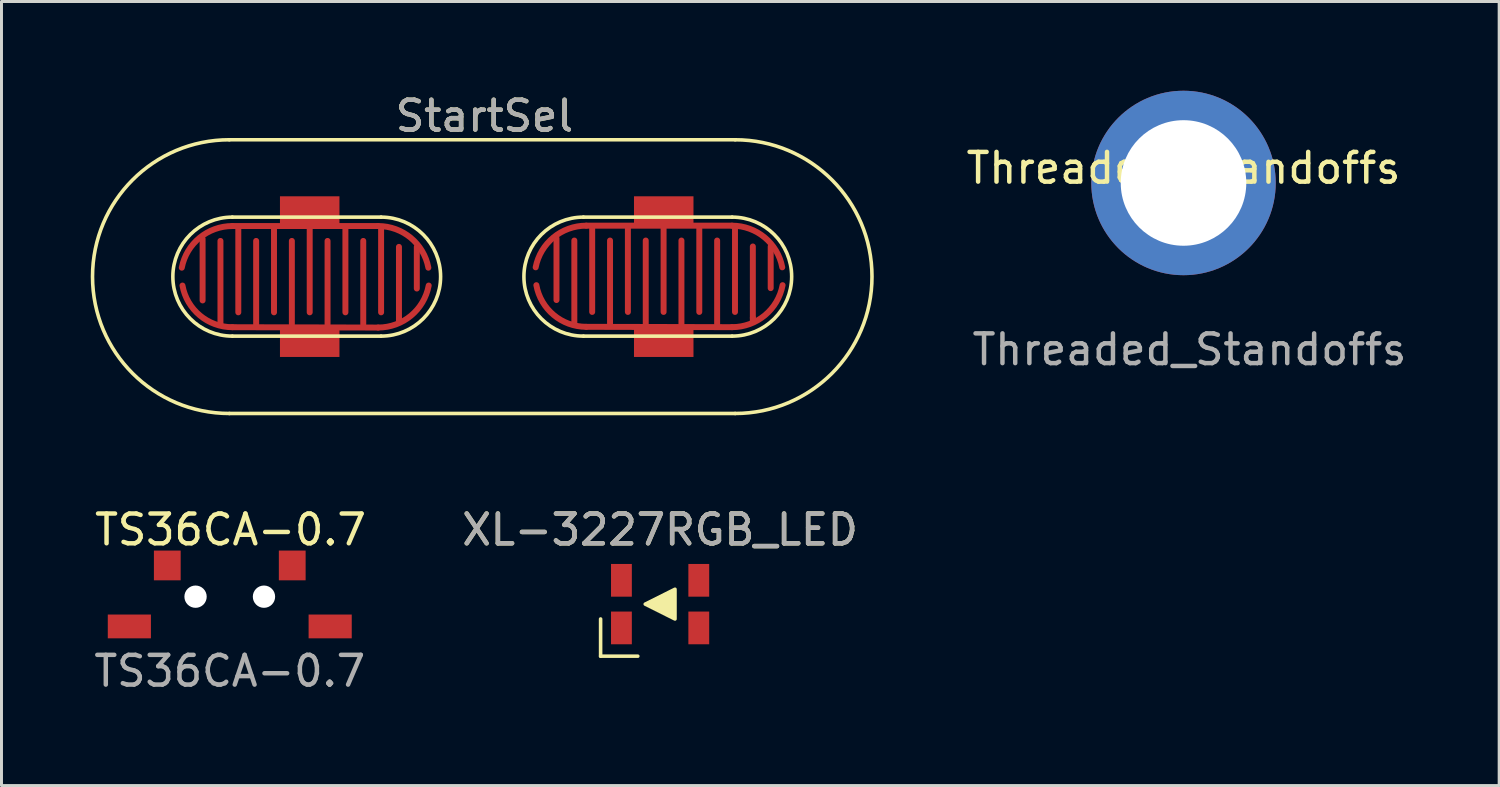
<source format=kicad_pcb>
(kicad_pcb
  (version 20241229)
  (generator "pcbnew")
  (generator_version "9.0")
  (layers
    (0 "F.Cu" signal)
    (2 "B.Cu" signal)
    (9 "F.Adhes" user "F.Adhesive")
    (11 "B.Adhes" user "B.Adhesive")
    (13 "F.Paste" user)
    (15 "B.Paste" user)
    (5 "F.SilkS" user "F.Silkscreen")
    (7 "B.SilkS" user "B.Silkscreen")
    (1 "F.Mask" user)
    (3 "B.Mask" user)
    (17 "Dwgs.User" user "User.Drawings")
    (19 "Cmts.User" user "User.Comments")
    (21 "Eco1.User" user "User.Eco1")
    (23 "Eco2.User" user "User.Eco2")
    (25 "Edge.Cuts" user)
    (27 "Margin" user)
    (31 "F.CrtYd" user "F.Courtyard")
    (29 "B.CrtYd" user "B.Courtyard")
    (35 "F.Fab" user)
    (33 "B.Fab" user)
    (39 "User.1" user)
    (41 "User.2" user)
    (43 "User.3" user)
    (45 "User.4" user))
  (footprint "XL-3227RGB_LED"
    (layer "F.Cu")
    (at 19.138 17.256)
    (property "Reference" "XL-3227RGB_LED" (at 0 -2.5 0) (unlocked yes) (layer "F.SilkS") (effects (font (size 1 1) (thickness 0.15))))
    (attr smd)
    (fp_line (start -2 1.75) (end -2 0.5) (stroke (width 0.12) (type solid)) (layer "F.SilkS"))
    (fp_line (start -0.75 1.75) (end -2 1.75) (stroke (width 0.12) (type solid)) (layer "F.SilkS"))
    (fp_poly (pts (xy 0.5 0.5) (xy -0.5 0) (xy 0.5 -0.5)) (stroke (width 0.12) (type solid)) (fill yes) (layer "F.SilkS"))
    (fp_text user "${REFERENCE}" (at 0 -2.5 0) (unlocked yes) (layer "F.Fab") (effects (font (size 1 1) (thickness 0.15))))
    (pad "1" smd rect (at -1.3 -0.8) (size 0.7 1.1) (layers "F.Cu" "F.Mask" "F.Paste"))
    (pad "2" smd rect (at 1.3 -0.8) (size 0.7 1.1) (layers "F.Cu" "F.Mask" "F.Paste"))
    (pad "3" smd rect (at -1.3 0.8) (size 0.7 1.1) (layers "F.Cu" "F.Mask" "F.Paste"))
    (pad "4" smd rect (at 1.3 0.8) (size 0.7 1.1) (layers "F.Cu" "F.Mask" "F.Paste")))
  (footprint "StartSel"
    (layer "F.Cu")
    (at 13.16 6.248)
    (property "Reference" "StartSel" (at 0.075 -5.4 0) (unlocked yes) (layer "F.SilkS") (effects (font (size 1 1) (thickness 0.15))))
    (attr smd)
    (fp_line (start -9.4 0.8) (end -9.4 -1.271) (stroke (width 0.2) (type solid)) (layer "F.Cu"))
    (fp_line (start -8.8 -1.2) (end -8.8 1.6) (stroke (width 0.2) (type solid)) (layer "F.Cu"))
    (fp_line (start -8.4 1.7) (end -3.5 1.712) (stroke (width 0.2) (type solid)) (layer "F.Cu"))
    (fp_line (start -8.2 1.2) (end -8.2 -1.6) (stroke (width 0.2) (type solid)) (layer "F.Cu"))
    (fp_line (start -7.6 -1.2) (end -7.6 1.6) (stroke (width 0.2) (type solid)) (layer "F.Cu"))
    (fp_line (start -7 1.2) (end -7 -1.6) (stroke (width 0.2) (type solid)) (layer "F.Cu"))
    (fp_line (start -6.4 1.6) (end -6.4 -1.2) (stroke (width 0.2) (type solid)) (layer "F.Cu"))
    (fp_line (start -5.8 -1.7) (end -5.8 1.2) (stroke (width 0.2) (type solid)) (layer "F.Cu"))
    (fp_line (start -5.2 1.6) (end -5.2 -1.2) (stroke (width 0.2) (type solid)) (layer "F.Cu"))
    (fp_line (start -4.6 -1.6) (end -4.6 1.2) (stroke (width 0.2) (type solid)) (layer "F.Cu"))
    (fp_line (start -4 1.6) (end -4 -1.2) (stroke (width 0.2) (type solid)) (layer "F.Cu"))
    (fp_line (start -3.5 -1.7) (end -8.4 -1.7) (stroke (width 0.2) (type solid)) (layer "F.Cu"))
    (fp_line (start -3.4 1.2) (end -3.4 -1.6) (stroke (width 0.2) (type solid)) (layer "F.Cu"))
    (fp_line (start -2.8 1.4) (end -2.8 -1) (stroke (width 0.2) (type solid)) (layer "F.Cu"))
    (fp_line (start -2.8 1.4) (end -2.8 1.5) (stroke (width 0.2) (type solid)) (layer "F.Cu"))
    (fp_line (start -2.2 0.4) (end -2.2 -1) (stroke (width 0.2) (type solid)) (layer "F.Cu"))
    (fp_line (start 2.495 0.787) (end 2.495 -1.284) (stroke (width 0.2) (type solid)) (layer "F.Cu"))
    (fp_line (start 3.095 -1.213) (end 3.095 1.587) (stroke (width 0.2) (type solid)) (layer "F.Cu"))
    (fp_line (start 3.495 1.687) (end 8.395 1.699) (stroke (width 0.2) (type solid)) (layer "F.Cu"))
    (fp_line (start 3.695 1.187) (end 3.695 -1.613) (stroke (width 0.2) (type solid)) (layer "F.Cu"))
    (fp_line (start 4.295 -1.213) (end 4.295 1.587) (stroke (width 0.2) (type solid)) (layer "F.Cu"))
    (fp_line (start 4.895 1.187) (end 4.895 -1.613) (stroke (width 0.2) (type solid)) (layer "F.Cu"))
    (fp_line (start 5.495 1.587) (end 5.495 -1.213) (stroke (width 0.2) (type solid)) (layer "F.Cu"))
    (fp_line (start 6.095 -1.713) (end 6.095 1.187) (stroke (width 0.2) (type solid)) (layer "F.Cu"))
    (fp_line (start 6.695 1.587) (end 6.695 -1.213) (stroke (width 0.2) (type solid)) (layer "F.Cu"))
    (fp_line (start 7.295 -1.613) (end 7.295 1.187) (stroke (width 0.2) (type solid)) (layer "F.Cu"))
    (fp_line (start 7.895 1.587) (end 7.895 -1.213) (stroke (width 0.2) (type solid)) (layer "F.Cu"))
    (fp_line (start 8.395 -1.713) (end 3.495 -1.713) (stroke (width 0.2) (type solid)) (layer "F.Cu"))
    (fp_line (start 8.495 1.187) (end 8.495 -1.613) (stroke (width 0.2) (type solid)) (layer "F.Cu"))
    (fp_line (start 9.095 1.387) (end 9.095 -1.013) (stroke (width 0.2) (type solid)) (layer "F.Cu"))
    (fp_line (start 9.095 1.387) (end 9.095 1.487) (stroke (width 0.2) (type solid)) (layer "F.Cu"))
    (fp_line (start 9.695 0.387) (end 9.695 -1.013) (stroke (width 0.2) (type solid)) (layer "F.Cu"))
    (fp_arc (start -10.1 -0.3) (mid -9.501136 -1.304951) (end -8.4 -1.7) (stroke (width 0.2) (type solid)) (layer "F.Cu"))
    (fp_arc (start -8.4 1.7) (mid -9.492126 1.303979) (end -10.07659 0.3) (stroke (width 0.2) (type solid)) (layer "F.Cu"))
    (fp_arc (start -3.5 -1.7) (mid -2.403352 -1.304471) (end -1.811644 -0.3) (stroke (width 0.2) (type solid)) (layer "F.Cu"))
    (fp_arc (start -1.8 0.3) (mid -2.395128 1.312779) (end -3.5 1.711724) (stroke (width 0.2) (type solid)) (layer "F.Cu"))
    (fp_arc (start 1.795128 -0.312779) (mid 2.393992 -1.31773) (end 3.495128 -1.712779) (stroke (width 0.2) (type solid)) (layer "F.Cu"))
    (fp_arc (start 3.495128 1.687221) (mid 2.403002 1.2912) (end 1.818538 0.287221) (stroke (width 0.2) (type solid)) (layer "F.Cu"))
    (fp_arc (start 8.395128 -1.712779) (mid 9.491776 -1.31725) (end 10.083484 -0.312779) (stroke (width 0.2) (type solid)) (layer "F.Cu"))
    (fp_arc (start 10.095128 0.287221) (mid 9.5 1.3) (end 8.395128 1.698945) (stroke (width 0.2) (type solid)) (layer "F.Cu"))
    (fp_line (start -9.4 0.8) (end -9.4 -1.4) (stroke (width 0.2) (type solid)) (layer "F.Mask"))
    (fp_line (start -8.8 -1.2) (end -8.8 1.6) (stroke (width 0.2) (type solid)) (layer "F.Mask"))
    (fp_line (start -8.4 1.7) (end -3.5 1.712) (stroke (width 0.2) (type solid)) (layer "F.Mask"))
    (fp_line (start -8.2 1.2) (end -8.2 -1.6) (stroke (width 0.2) (type solid)) (layer "F.Mask"))
    (fp_line (start -7.6 -1.2) (end -7.6 1.7) (stroke (width 0.2) (type solid)) (layer "F.Mask"))
    (fp_line (start -7 1.2) (end -7 -1.6) (stroke (width 0.2) (type solid)) (layer "F.Mask"))
    (fp_line (start -6.4 -1.2) (end -6.4 1.6) (stroke (width 0.2) (type solid)) (layer "F.Mask"))
    (fp_line (start -5.8 1.2) (end -5.8 -1.6) (stroke (width 0.2) (type solid)) (layer "F.Mask"))
    (fp_line (start -5.2 -1.2) (end -5.2 1.6) (stroke (width 0.2) (type solid)) (layer "F.Mask"))
    (fp_line (start -4.6 1.2) (end -4.6 -1.6) (stroke (width 0.2) (type solid)) (layer "F.Mask"))
    (fp_line (start -4 -1.2) (end -4 1.6) (stroke (width 0.2) (type solid)) (layer "F.Mask"))
    (fp_line (start -3.5 -1.7) (end -8.4 -1.7) (stroke (width 0.2) (type solid)) (layer "F.Mask"))
    (fp_line (start -3.4 1.2) (end -3.4 -1.6) (stroke (width 0.2) (type solid)) (layer "F.Mask"))
    (fp_line (start -2.8 -1) (end -2.8 1.5) (stroke (width 0.2) (type solid)) (layer "F.Mask"))
    (fp_line (start -2.2 0.4) (end -2.2 -1) (stroke (width 0.2) (type solid)) (layer "F.Mask"))
    (fp_line (start 2.495 0.787) (end 2.495 -1.413) (stroke (width 0.2) (type solid)) (layer "F.Mask"))
    (fp_line (start 3.095 -1.213) (end 3.095 1.587) (stroke (width 0.2) (type solid)) (layer "F.Mask"))
    (fp_line (start 3.495 1.687) (end 8.395 1.699) (stroke (width 0.2) (type solid)) (layer "F.Mask"))
    (fp_line (start 3.695 1.187) (end 3.695 -1.613) (stroke (width 0.2) (type solid)) (layer "F.Mask"))
    (fp_line (start 4.295 -1.213) (end 4.295 1.687) (stroke (width 0.2) (type solid)) (layer "F.Mask"))
    (fp_line (start 4.895 1.187) (end 4.895 -1.613) (stroke (width 0.2) (type solid)) (layer "F.Mask"))
    (fp_line (start 5.495 -1.213) (end 5.495 1.587) (stroke (width 0.2) (type solid)) (layer "F.Mask"))
    (fp_line (start 6.095 1.187) (end 6.095 -1.613) (stroke (width 0.2) (type solid)) (layer "F.Mask"))
    (fp_line (start 6.695 -1.213) (end 6.695 1.587) (stroke (width 0.2) (type solid)) (layer "F.Mask"))
    (fp_line (start 7.295 1.187) (end 7.295 -1.613) (stroke (width 0.2) (type solid)) (layer "F.Mask"))
    (fp_line (start 7.895 -1.213) (end 7.895 1.587) (stroke (width 0.2) (type solid)) (layer "F.Mask"))
    (fp_line (start 8.395 -1.713) (end 3.495 -1.713) (stroke (width 0.2) (type solid)) (layer "F.Mask"))
    (fp_line (start 8.495 1.187) (end 8.495 -1.613) (stroke (width 0.2) (type solid)) (layer "F.Mask"))
    (fp_line (start 9.095 -1.013) (end 9.095 1.487) (stroke (width 0.2) (type solid)) (layer "F.Mask"))
    (fp_line (start 9.695 0.387) (end 9.695 -1.013) (stroke (width 0.2) (type solid)) (layer "F.Mask"))
    (fp_arc (start -10.1 -0.3) (mid -9.501136 -1.304951) (end -8.4 -1.7) (stroke (width 0.2) (type solid)) (layer "F.Mask"))
    (fp_arc (start -8.4 1.7) (mid -9.492126 1.303979) (end -10.07659 0.3) (stroke (width 0.2) (type solid)) (layer "F.Mask"))
    (fp_arc (start -3.5 -1.7) (mid -2.403352 -1.304471) (end -1.811644 -0.3) (stroke (width 0.2) (type solid)) (layer "F.Mask"))
    (fp_arc (start -1.8 0.3) (mid -2.395128 1.312779) (end -3.5 1.711724) (stroke (width 0.2) (type solid)) (layer "F.Mask"))
    (fp_arc (start 1.795128 -0.312779) (mid 2.393992 -1.31773) (end 3.495128 -1.712779) (stroke (width 0.2) (type solid)) (layer "F.Mask"))
    (fp_arc (start 3.495128 1.687221) (mid 2.403002 1.2912) (end 1.818538 0.287221) (stroke (width 0.2) (type solid)) (layer "F.Mask"))
    (fp_arc (start 8.395128 -1.712779) (mid 9.491776 -1.31725) (end 10.083484 -0.312779) (stroke (width 0.2) (type solid)) (layer "F.Mask"))
    (fp_arc (start 10.095128 0.287221) (mid 9.5 1.3) (end 8.395128 1.698945) (stroke (width 0.2) (type solid)) (layer "F.Mask"))
    (fp_line (start -8.5 4.6) (end 8.5 4.6) (stroke (width 0.12) (type solid)) (layer "F.SilkS"))
    (fp_line (start -8.4 -2) (end -3.4 -2) (stroke (width 0.12) (type solid)) (layer "F.SilkS"))
    (fp_line (start -3.4 2) (end -8.4 2) (stroke (width 0.12) (type solid)) (layer "F.SilkS"))
    (fp_line (start 3.4 -2) (end 8.4 -2) (stroke (width 0.12) (type solid)) (layer "F.SilkS"))
    (fp_line (start 8.4 2) (end 3.4 2) (stroke (width 0.12) (type solid)) (layer "F.SilkS"))
    (fp_line (start 8.5 -4.6) (end -8.5 -4.6) (stroke (width 0.12) (type solid)) (layer "F.SilkS"))
    (fp_arc (start -8.5 4.6) (mid -13.1 0) (end -8.5 -4.6) (stroke (width 0.12) (type solid)) (layer "F.SilkS"))
    (fp_arc (start -8.4 2) (mid -10.4 0) (end -8.4 -2) (stroke (width 0.12) (type solid)) (layer "F.SilkS"))
    (fp_arc (start -3.4 -2) (mid -1.4 0) (end -3.4 2) (stroke (width 0.12) (type solid)) (layer "F.SilkS"))
    (fp_arc (start 3.4 2) (mid 1.4 0) (end 3.4 -2) (stroke (width 0.12) (type solid)) (layer "F.SilkS"))
    (fp_arc (start 8.4 -2) (mid 10.4 0) (end 8.4 2) (stroke (width 0.12) (type solid)) (layer "F.SilkS"))
    (fp_arc (start 8.5 -4.6) (mid 13.1 0) (end 8.5 4.6) (stroke (width 0.12) (type solid)) (layer "F.SilkS"))
    (fp_text user "${REFERENCE}" (at 0.075 -5.4 0) (unlocked yes) (layer "F.Fab") (effects (font (size 1 1) (thickness 0.15))))
    (pad "1" smd rect (at -5.8 -2.2) (size 2 1) (layers "F.Cu" "F.Mask" "F.Paste"))
    (pad "2" smd rect (at -5.8 2.2) (size 2 1) (layers "F.Cu" "F.Mask" "F.Paste"))
    (pad "2" smd rect (at 6.1 2.2) (size 2 1) (layers "F.Cu" "F.Mask" "F.Paste"))
    (pad "3" smd rect (at 6.1 -2.2) (size 2 1) (layers "F.Cu" "F.Mask" "F.Paste")))
  (footprint "TS36CA-0.7"
    (layer "F.Cu")
    (at 4.673 17.006)
    (property "Reference" "TS36CA-0.7" (at 0.025 -2.25 0) (unlocked yes) (layer "F.SilkS") (effects (font (size 1 1) (thickness 0.15))))
    (attr smd)
    (fp_text user "${REFERENCE}" (at 0 2.5 0) (unlocked yes) (layer "F.Fab") (effects (font (size 1 1) (thickness 0.15))))
    (pad "" smd rect (at -3.375 1) (size 1.45 0.8) (layers "F.Cu" "F.Mask" "F.Paste"))
    (pad "" np_thru_hole circle (at -1.15 0) (size 0.75 0.75) (drill 0.75) (layers "*.Cu" "*.Mask"))
    (pad "" np_thru_hole circle (at 1.15 0) (size 0.75 0.75) (drill 0.75) (layers "*.Cu" "*.Mask"))
    (pad "" smd rect (at 3.375 1) (size 1.45 0.8) (layers "F.Cu" "F.Mask" "F.Paste"))
    (pad "1" smd rect (at -2.1 -1.05) (size 0.9 1) (layers "F.Cu" "F.Mask" "F.Paste"))
    (pad "2" smd rect (at 2.1 -1.05) (size 0.9 1) (layers "F.Cu" "F.Mask" "F.Paste")))
  (footprint "Threaded_Standoffs"
    (layer "F.Cu")
    (at 36.931 6.2)
    (property "Reference" "Threaded_Standoffs" (at -0.2 -3.6 0) (unlocked yes) (layer "F.SilkS") (effects (font (size 1 1) (thickness 0.15))))
    (attr smd)
    (fp_arc (start -2.783117 -3.1) (mid -2.243467 -4.680106) (end -0.849999 -5.6) (stroke (width 1) (type default)) (layer "F.Paste"))
    (fp_arc (start 0.500001 -5.599999) (mid 1.868491 -4.668867) (end 2.396151 -3.1) (stroke (width 1) (type default)) (layer "F.Paste"))
    (fp_arc (start 1.8 -1.5) (mid -0.199999 -0.538751) (end -2.199998 -1.5) (stroke (width 1) (type default)) (layer "F.Paste"))
    (fp_text user "${REFERENCE}" (at 0 2.5 0) (unlocked yes) (layer "F.Fab") (effects (font (size 1 1) (thickness 0.15))))
    (pad "1" thru_hole circle (at -0.2 -3.1) (size 6.2 6.2) (drill 4.22) (layers "*.Cu" "*.Mask")))
  (gr_rect
    (start -3 -3)
    (end 47.341 23.355)
    (stroke (width 0.1) (type default))
    (fill no)
    (layer "Edge.Cuts")))
</source>
